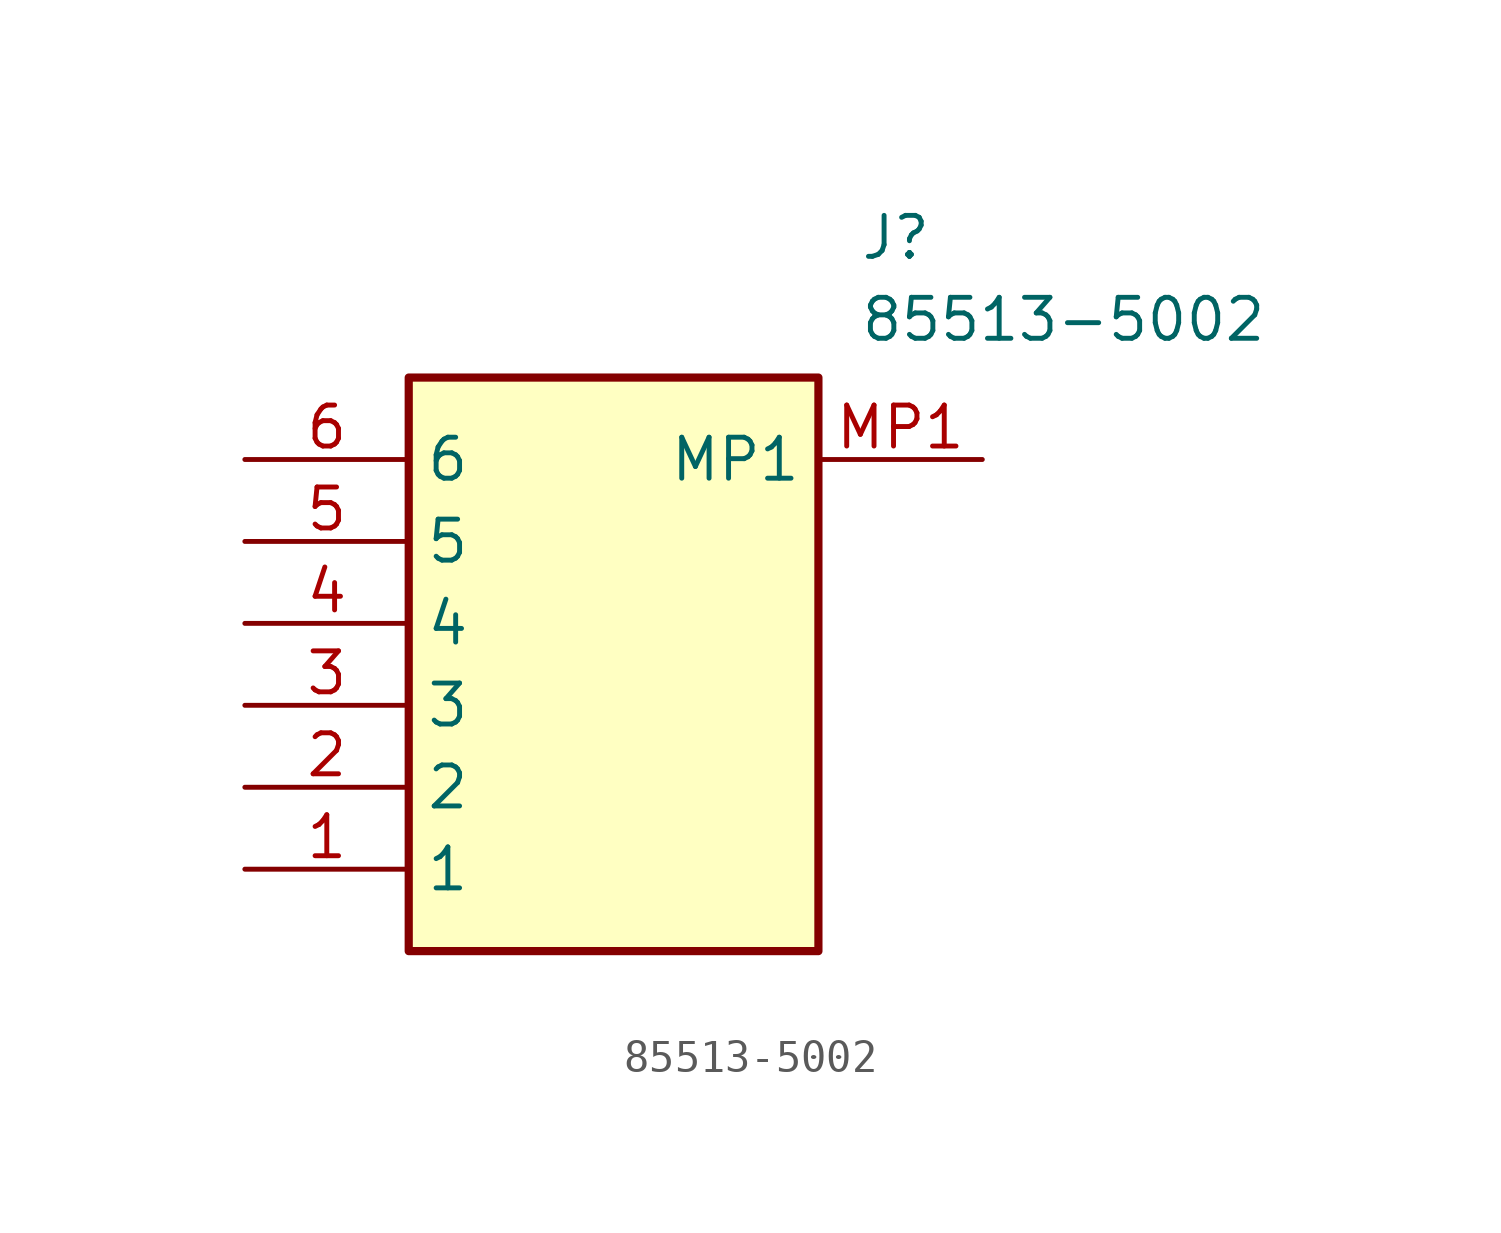
<source format=kicad_sym>
(kicad_symbol_lib
  (version 20211014)
  (generator SamacSys_ECAD_Model)
  (symbol "85513-5002"
    (property "Reference" "J"
      (at 19.05 7.62 0)
      (effects (font (size 1.27 1.27)) (justify left top)))
    (property "Value" "85513-5002"
      (at 19.05 5.08 0)
      (effects (font (size 1.27 1.27)) (justify left top)))
    (rectangle
      (start 5.08 2.54)
      (end 17.78 -15.24)
      (stroke (width 0.254) (type default))
      (fill (type background)))
    (pin passive line
      (at 0 -12.7 0)
      (length 5.08)
      (name "1" (effects (font (size 1.27 1.27))))
      (number "1" (effects (font (size 1.27 1.27)))))
    (pin passive line
      (at 0 -10.16 0)
      (length 5.08)
      (name "2" (effects (font (size 1.27 1.27))))
      (number "2" (effects (font (size 1.27 1.27)))))
    (pin passive line
      (at 0 -7.62 0)
      (length 5.08)
      (name "3" (effects (font (size 1.27 1.27))))
      (number "3" (effects (font (size 1.27 1.27)))))
    (pin passive line
      (at 0 -5.08 0)
      (length 5.08)
      (name "4" (effects (font (size 1.27 1.27))))
      (number "4" (effects (font (size 1.27 1.27)))))
    (pin passive line
      (at 0 -2.54 0)
      (length 5.08)
      (name "5" (effects (font (size 1.27 1.27))))
      (number "5" (effects (font (size 1.27 1.27)))))
    (pin passive line
      (at 0 0 0)
      (length 5.08)
      (name "6" (effects (font (size 1.27 1.27))))
      (number "6" (effects (font (size 1.27 1.27)))))
    (pin passive line
      (at 22.86 0 180)
      (length 5.08)
      (name "MP1" (effects (font (size 1.27 1.27))))
      (number "MP1" (effects (font (size 1.27 1.27)))))))
</source>
